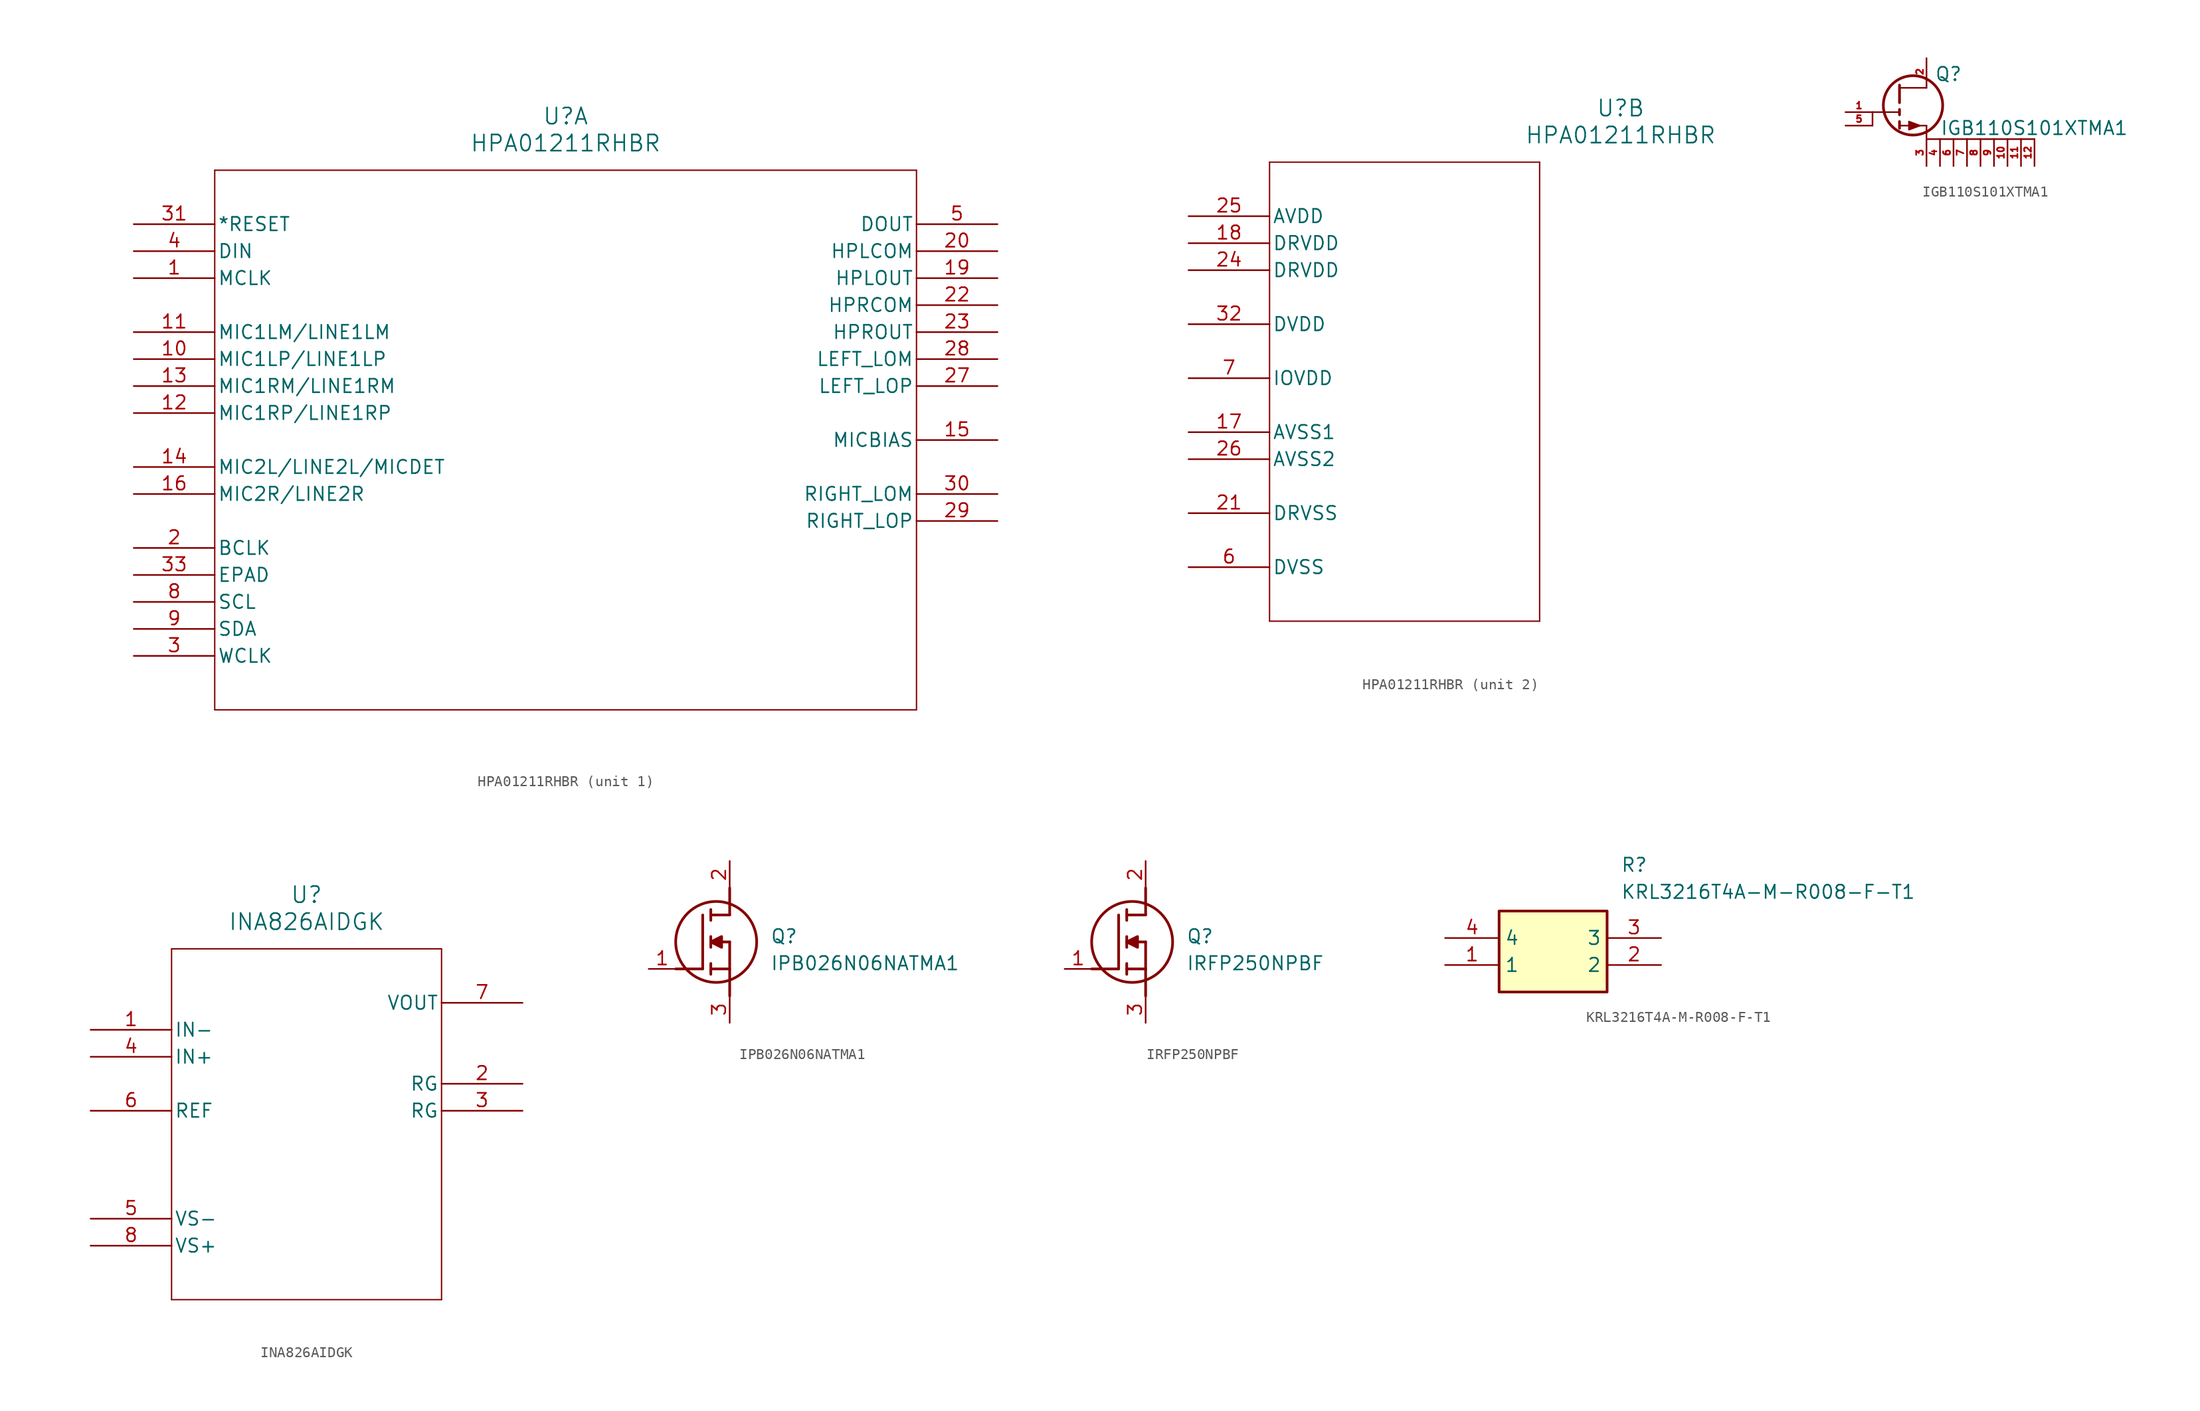
<source format=kicad_sym>
(kicad_symbol_lib
  (version 20241209)
  (generator "kicad_symbol_editor")
  (generator_version "9.0")
  (symbol "HPA01211RHBR"
    (pin_names
      (offset 0.254))
    (property "Reference" "U"
      (at 40.64 10.16 0)
      (effects (font (size 1.524 1.524))))
    (property "Value" "HPA01211RHBR"
      (at 40.64 7.62 0)
      (effects (font (size 1.524 1.524))))
    (property "ki_locked" ""
      (at 0 0 0)
      (effects (font (size 1.27 1.27))))
    (symbol "HPA01211RHBR_1_1"
      (polyline (pts (xy 7.62 5.08) (xy 7.62 -45.72)) (stroke (width 0.127) (type default)) (fill (type none)))
      (polyline (pts (xy 7.62 -45.72) (xy 73.66 -45.72)) (stroke (width 0.127) (type default)) (fill (type none)))
      (polyline (pts (xy 73.66 5.08) (xy 7.62 5.08)) (stroke (width 0.127) (type default)) (fill (type none)))
      (polyline (pts (xy 73.66 -45.72) (xy 73.66 5.08)) (stroke (width 0.127) (type default)) (fill (type none)))
      (pin input line (at 0 0 0) (length 7.62) (name "*RESET" (effects (font (size 1.27 1.27)))) (number "31" (effects (font (size 1.27 1.27)))))
      (pin input line (at 0 -2.54 0) (length 7.62) (name "DIN" (effects (font (size 1.27 1.27)))) (number "4" (effects (font (size 1.27 1.27)))))
      (pin input line (at 0 -5.08 0) (length 7.62) (name "MCLK" (effects (font (size 1.27 1.27)))) (number "1" (effects (font (size 1.27 1.27)))))
      (pin input line (at 0 -10.16 0) (length 7.62) (name "MIC1LM/LINE1LM" (effects (font (size 1.27 1.27)))) (number "11" (effects (font (size 1.27 1.27)))))
      (pin input line (at 0 -12.7 0) (length 7.62) (name "MIC1LP/LINE1LP" (effects (font (size 1.27 1.27)))) (number "10" (effects (font (size 1.27 1.27)))))
      (pin input line (at 0 -15.24 0) (length 7.62) (name "MIC1RM/LINE1RM" (effects (font (size 1.27 1.27)))) (number "13" (effects (font (size 1.27 1.27)))))
      (pin input line (at 0 -17.78 0) (length 7.62) (name "MIC1RP/LINE1RP" (effects (font (size 1.27 1.27)))) (number "12" (effects (font (size 1.27 1.27)))))
      (pin input line (at 0 -22.86 0) (length 7.62) (name "MIC2L/LINE2L/MICDET" (effects (font (size 1.27 1.27)))) (number "14" (effects (font (size 1.27 1.27)))))
      (pin input line (at 0 -25.4 0) (length 7.62) (name "MIC2R/LINE2R" (effects (font (size 1.27 1.27)))) (number "16" (effects (font (size 1.27 1.27)))))
      (pin bidirectional line (at 0 -30.48 0) (length 7.62) (name "BCLK" (effects (font (size 1.27 1.27)))) (number "2" (effects (font (size 1.27 1.27)))))
      (pin unspecified line (at 0 -33.02 0) (length 7.62) (name "EPAD" (effects (font (size 1.27 1.27)))) (number "33" (effects (font (size 1.27 1.27)))))
      (pin bidirectional line (at 0 -35.56 0) (length 7.62) (name "SCL" (effects (font (size 1.27 1.27)))) (number "8" (effects (font (size 1.27 1.27)))))
      (pin bidirectional line (at 0 -38.1 0) (length 7.62) (name "SDA" (effects (font (size 1.27 1.27)))) (number "9" (effects (font (size 1.27 1.27)))))
      (pin bidirectional line (at 0 -40.64 0) (length 7.62) (name "WCLK" (effects (font (size 1.27 1.27)))) (number "3" (effects (font (size 1.27 1.27)))))
      (pin output line (at 81.28 0 180) (length 7.62) (name "DOUT" (effects (font (size 1.27 1.27)))) (number "5" (effects (font (size 1.27 1.27)))))
      (pin output line (at 81.28 -2.54 180) (length 7.62) (name "HPLCOM" (effects (font (size 1.27 1.27)))) (number "20" (effects (font (size 1.27 1.27)))))
      (pin output line (at 81.28 -5.08 180) (length 7.62) (name "HPLOUT" (effects (font (size 1.27 1.27)))) (number "19" (effects (font (size 1.27 1.27)))))
      (pin output line (at 81.28 -7.62 180) (length 7.62) (name "HPRCOM" (effects (font (size 1.27 1.27)))) (number "22" (effects (font (size 1.27 1.27)))))
      (pin output line (at 81.28 -10.16 180) (length 7.62) (name "HPROUT" (effects (font (size 1.27 1.27)))) (number "23" (effects (font (size 1.27 1.27)))))
      (pin output line (at 81.28 -12.7 180) (length 7.62) (name "LEFT_LOM" (effects (font (size 1.27 1.27)))) (number "28" (effects (font (size 1.27 1.27)))))
      (pin output line (at 81.28 -15.24 180) (length 7.62) (name "LEFT_LOP" (effects (font (size 1.27 1.27)))) (number "27" (effects (font (size 1.27 1.27)))))
      (pin output line (at 81.28 -20.32 180) (length 7.62) (name "MICBIAS" (effects (font (size 1.27 1.27)))) (number "15" (effects (font (size 1.27 1.27)))))
      (pin output line (at 81.28 -25.4 180) (length 7.62) (name "RIGHT_LOM" (effects (font (size 1.27 1.27)))) (number "30" (effects (font (size 1.27 1.27)))))
      (pin output line (at 81.28 -27.94 180) (length 7.62) (name "RIGHT_LOP" (effects (font (size 1.27 1.27)))) (number "29" (effects (font (size 1.27 1.27))))))
    (symbol "HPA01211RHBR_2_1"
      (polyline (pts (xy 7.62 5.08) (xy 7.62 -38.1)) (stroke (width 0.127) (type default)) (fill (type none)))
      (polyline (pts (xy 7.62 -38.1) (xy 33.02 -38.1)) (stroke (width 0.127) (type default)) (fill (type none)))
      (polyline (pts (xy 33.02 5.08) (xy 7.62 5.08)) (stroke (width 0.127) (type default)) (fill (type none)))
      (polyline (pts (xy 33.02 -38.1) (xy 33.02 5.08)) (stroke (width 0.127) (type default)) (fill (type none)))
      (pin power_in line (at 0 0 0) (length 7.62) (name "AVDD" (effects (font (size 1.27 1.27)))) (number "25" (effects (font (size 1.27 1.27)))))
      (pin power_in line (at 0 -2.54 0) (length 7.62) (name "DRVDD" (effects (font (size 1.27 1.27)))) (number "18" (effects (font (size 1.27 1.27)))))
      (pin power_in line (at 0 -5.08 0) (length 7.62) (name "DRVDD" (effects (font (size 1.27 1.27)))) (number "24" (effects (font (size 1.27 1.27)))))
      (pin power_in line (at 0 -10.16 0) (length 7.62) (name "DVDD" (effects (font (size 1.27 1.27)))) (number "32" (effects (font (size 1.27 1.27)))))
      (pin power_in line (at 0 -15.24 0) (length 7.62) (name "IOVDD" (effects (font (size 1.27 1.27)))) (number "7" (effects (font (size 1.27 1.27)))))
      (pin power_in line (at 0 -20.32 0) (length 7.62) (name "AVSS1" (effects (font (size 1.27 1.27)))) (number "17" (effects (font (size 1.27 1.27)))))
      (pin power_in line (at 0 -22.86 0) (length 7.62) (name "AVSS2" (effects (font (size 1.27 1.27)))) (number "26" (effects (font (size 1.27 1.27)))))
      (pin power_in line (at 0 -27.94 0) (length 7.62) (name "DRVSS" (effects (font (size 1.27 1.27)))) (number "21" (effects (font (size 1.27 1.27)))))
      (pin power_in line (at 0 -33.02 0) (length 7.62) (name "DVSS" (effects (font (size 1.27 1.27)))) (number "6" (effects (font (size 1.27 1.27)))))))
  (symbol "IGB110S101XTMA1"
    (pin_names
      (offset 0)
      (hide yes))
    (property "Reference" "Q"
      (at 3.302 4.318 0)
      (effects (font (size 1.27 1.27)) (justify left top)))
    (property "Value" "IGB110S101XTMA1"
      (at 3.81 -0.762 0)
      (effects (font (size 1.27 1.27)) (justify left top)))
    (symbol "IGB110S101XTMA1_0_1"
      (polyline (pts (xy -2.54 -1.27) (xy -2.54 0)) (stroke (width 0) (type default)) (fill (type none)))
      (polyline (pts (xy 0 2.286) (xy 2.54 2.286)) (stroke (width 0) (type default)) (fill (type none)))
      (polyline (pts (xy 0 0) (xy -2.54 0)) (stroke (width 0) (type default)) (fill (type none)))
      (circle (center 1.27 0.635) (radius 2.794) (stroke (width 0.254) (type default)) (fill (type none)))
      (polyline (pts (xy 1.905 -1.27) (xy 0.889 -0.889) (xy 0.889 -1.651) (xy 1.905 -1.27)) (stroke (width 0) (type default)) (fill (type outline)))
      (polyline (pts (xy 2.54 2.286) (xy 2.54 2.54)) (stroke (width 0) (type default)) (fill (type none)))
      (polyline (pts (xy 2.54 -1.27) (xy 0 -1.27)) (stroke (width 0) (type default)) (fill (type none)))
      (polyline (pts (xy 2.54 -2.54) (xy 2.54 -1.27)) (stroke (width 0) (type default)) (fill (type none)))
      (polyline (pts (xy 12.7 -2.54) (xy 2.54 -2.54)) (stroke (width 0) (type default)) (fill (type none))))
    (symbol "IGB110S101XTMA1_1_1"
      (polyline (pts (xy 0 0.889) (xy 0 2.54)) (stroke (width 0.254) (type default)) (fill (type none)))
      (polyline (pts (xy 0 0.254) (xy 0 -0.254)) (stroke (width 0.254) (type default)) (fill (type none)))
      (polyline (pts (xy 0 -0.889) (xy 0 -1.524)) (stroke (width 0.254) (type default)) (fill (type none)))
      (pin input line (at -5.08 0 0) (length 2.54) (name "G" (effects (font (size 1.27 1.27)))) (number "1" (effects (font (size 0.635 0.635)))))
      (pin passive line (at -5.08 -1.27 0) (length 2.54) (name "G" (effects (font (size 1.27 1.27)))) (number "5" (effects (font (size 0.635 0.635)))))
      (pin passive line (at 2.54 5.08 270) (length 2.54) (name "D" (effects (font (size 1.27 1.27)))) (number "2" (effects (font (size 0.635 0.635)))))
      (pin passive line (at 2.54 -5.08 90) (length 2.54) (name "S" (effects (font (size 1.27 1.27)))) (number "3" (effects (font (size 0.635 0.635)))))
      (pin passive line (at 3.81 -5.08 90) (length 2.54) (name "S" (effects (font (size 1.27 1.27)))) (number "4" (effects (font (size 0.635 0.635)))))
      (pin passive line (at 5.08 -5.08 90) (length 2.54) (name "S" (effects (font (size 1.27 1.27)))) (number "6" (effects (font (size 0.635 0.635)))))
      (pin passive line (at 6.35 -5.08 90) (length 2.54) (name "S" (effects (font (size 1.27 1.27)))) (number "7" (effects (font (size 0.635 0.635)))))
      (pin passive line (at 7.62 -5.08 90) (length 2.54) (name "S" (effects (font (size 1.27 1.27)))) (number "8" (effects (font (size 0.635 0.635)))))
      (pin passive line (at 8.89 -5.08 90) (length 2.54) (name "S" (effects (font (size 1.27 1.27)))) (number "9" (effects (font (size 0.635 0.635)))))
      (pin passive line (at 10.16 -5.08 90) (length 2.54) (name "S" (effects (font (size 1.27 1.27)))) (number "10" (effects (font (size 0.635 0.635)))))
      (pin passive line (at 11.43 -5.08 90) (length 2.54) (name "S" (effects (font (size 1.27 1.27)))) (number "11" (effects (font (size 0.635 0.635)))))
      (pin passive line (at 12.7 -5.08 90) (length 2.54) (name "S" (effects (font (size 1.27 1.27)))) (number "12" (effects (font (size 0.635 0.635)))))))
  (symbol "INA826AIDGK"
    (pin_names
      (offset 0.254))
    (property "Reference" "U"
      (at 20.32 12.7 0)
      (effects (font (size 1.524 1.524))))
    (property "Value" "INA826AIDGK"
      (at 20.32 10.16 0)
      (effects (font (size 1.524 1.524))))
    (property "ki_locked" ""
      (at 0 0 0)
      (effects (font (size 1.27 1.27))))
    (symbol "INA826AIDGK_0_1"
      (polyline (pts (xy 7.62 7.62) (xy 7.62 -25.4)) (stroke (width 0.127) (type default)) (fill (type none)))
      (polyline (pts (xy 7.62 -25.4) (xy 33.02 -25.4)) (stroke (width 0.127) (type default)) (fill (type none)))
      (polyline (pts (xy 33.02 7.62) (xy 7.62 7.62)) (stroke (width 0.127) (type default)) (fill (type none)))
      (polyline (pts (xy 33.02 -25.4) (xy 33.02 7.62)) (stroke (width 0.127) (type default)) (fill (type none)))
      (pin input line (at 0 0 0) (length 7.62) (name "IN-" (effects (font (size 1.27 1.27)))) (number "1" (effects (font (size 1.27 1.27)))))
      (pin input line (at 0 -2.54 0) (length 7.62) (name "IN+" (effects (font (size 1.27 1.27)))) (number "4" (effects (font (size 1.27 1.27)))))
      (pin unspecified line (at 0 -7.62 0) (length 7.62) (name "REF" (effects (font (size 1.27 1.27)))) (number "6" (effects (font (size 1.27 1.27)))))
      (pin power_in line (at 0 -17.78 0) (length 7.62) (name "VS-" (effects (font (size 1.27 1.27)))) (number "5" (effects (font (size 1.27 1.27)))))
      (pin power_in line (at 0 -20.32 0) (length 7.62) (name "VS+" (effects (font (size 1.27 1.27)))) (number "8" (effects (font (size 1.27 1.27)))))
      (pin output line (at 40.64 2.54 180) (length 7.62) (name "VOUT" (effects (font (size 1.27 1.27)))) (number "7" (effects (font (size 1.27 1.27)))))
      (pin unspecified line (at 40.64 -5.08 180) (length 7.62) (name "RG" (effects (font (size 1.27 1.27)))) (number "2" (effects (font (size 1.27 1.27)))))
      (pin unspecified line (at 40.64 -7.62 180) (length 7.62) (name "RG" (effects (font (size 1.27 1.27)))) (number "3" (effects (font (size 1.27 1.27)))))))
  (symbol "IPB026N06NATMA1"
    (pin_names
      (hide yes))
    (property "Reference" "Q"
      (at 11.43 3.81 0)
      (effects (font (size 1.27 1.27)) (justify left top)))
    (property "Value" "IPB026N06NATMA1"
      (at 11.43 1.27 0)
      (effects (font (size 1.27 1.27)) (justify left top)))
    (symbol "IPB026N06NATMA1_1_1"
      (polyline (pts (xy 2.54 0) (xy 5.08 0)) (stroke (width 0.254) (type default)) (fill (type none)))
      (polyline (pts (xy 5.08 5.08) (xy 5.08 0)) (stroke (width 0.254) (type default)) (fill (type none)))
      (polyline (pts (xy 5.842 5.588) (xy 5.842 4.572)) (stroke (width 0.254) (type default)) (fill (type none)))
      (polyline (pts (xy 5.842 2.54) (xy 6.858 3.048) (xy 6.858 2.032) (xy 5.842 2.54)) (stroke (width 0.254) (type default)) (fill (type outline)))
      (polyline (pts (xy 5.842 2.032) (xy 5.842 3.048)) (stroke (width 0.254) (type default)) (fill (type none)))
      (polyline (pts (xy 5.842 0) (xy 7.62 0)) (stroke (width 0.254) (type default)) (fill (type none)))
      (polyline (pts (xy 5.842 -0.508) (xy 5.842 0.508)) (stroke (width 0.254) (type default)) (fill (type none)))
      (circle (center 6.35 2.54) (radius 3.81) (stroke (width 0.254) (type default)) (fill (type none)))
      (polyline (pts (xy 7.62 5.08) (xy 5.842 5.08)) (stroke (width 0.254) (type default)) (fill (type none)))
      (polyline (pts (xy 7.62 5.08) (xy 7.62 7.62)) (stroke (width 0.254) (type default)) (fill (type none)))
      (polyline (pts (xy 7.62 2.54) (xy 5.842 2.54)) (stroke (width 0.254) (type default)) (fill (type none)))
      (polyline (pts (xy 7.62 2.54) (xy 7.62 -2.54)) (stroke (width 0.254) (type default)) (fill (type none)))
      (pin passive line (at 0 0 0) (length 2.54) (name "G" (effects (font (size 1.27 1.27)))) (number "1" (effects (font (size 1.27 1.27)))))
      (pin passive line (at 7.62 10.16 270) (length 2.54) (name "D" (effects (font (size 1.27 1.27)))) (number "2" (effects (font (size 1.27 1.27)))))
      (pin passive line (at 7.62 -5.08 90) (length 2.54) (name "S" (effects (font (size 1.27 1.27)))) (number "3" (effects (font (size 1.27 1.27)))))))
  (symbol "IRFP250NPBF"
    (pin_names
      (hide yes))
    (property "Reference" "Q"
      (at 11.43 3.81 0)
      (effects (font (size 1.27 1.27)) (justify left top)))
    (property "Value" "IRFP250NPBF"
      (at 11.43 1.27 0)
      (effects (font (size 1.27 1.27)) (justify left top)))
    (symbol "IRFP250NPBF_1_1"
      (polyline (pts (xy 2.54 0) (xy 5.08 0)) (stroke (width 0.254) (type default)) (fill (type none)))
      (polyline (pts (xy 5.08 5.08) (xy 5.08 0)) (stroke (width 0.254) (type default)) (fill (type none)))
      (polyline (pts (xy 5.842 5.588) (xy 5.842 4.572)) (stroke (width 0.254) (type default)) (fill (type none)))
      (polyline (pts (xy 5.842 2.54) (xy 6.858 3.048) (xy 6.858 2.032) (xy 5.842 2.54)) (stroke (width 0.254) (type default)) (fill (type outline)))
      (polyline (pts (xy 5.842 2.032) (xy 5.842 3.048)) (stroke (width 0.254) (type default)) (fill (type none)))
      (polyline (pts (xy 5.842 0) (xy 7.62 0)) (stroke (width 0.254) (type default)) (fill (type none)))
      (polyline (pts (xy 5.842 -0.508) (xy 5.842 0.508)) (stroke (width 0.254) (type default)) (fill (type none)))
      (circle (center 6.35 2.54) (radius 3.81) (stroke (width 0.254) (type default)) (fill (type none)))
      (polyline (pts (xy 7.62 5.08) (xy 5.842 5.08)) (stroke (width 0.254) (type default)) (fill (type none)))
      (polyline (pts (xy 7.62 5.08) (xy 7.62 7.62)) (stroke (width 0.254) (type default)) (fill (type none)))
      (polyline (pts (xy 7.62 2.54) (xy 5.842 2.54)) (stroke (width 0.254) (type default)) (fill (type none)))
      (polyline (pts (xy 7.62 2.54) (xy 7.62 -2.54)) (stroke (width 0.254) (type default)) (fill (type none)))
      (pin passive line (at 0 0 0) (length 2.54) (name "G" (effects (font (size 1.27 1.27)))) (number "1" (effects (font (size 1.27 1.27)))))
      (pin passive line (at 7.62 10.16 270) (length 2.54) (name "D" (effects (font (size 1.27 1.27)))) (number "2" (effects (font (size 1.27 1.27)))))
      (pin passive line (at 7.62 -5.08 90) (length 2.54) (name "S" (effects (font (size 1.27 1.27)))) (number "3" (effects (font (size 1.27 1.27)))))))
  (symbol "KRL3216T4A-M-R008-F-T1"
    (property "Reference" "R"
      (at 16.51 7.62 0)
      (effects (font (size 1.27 1.27)) (justify left top)))
    (property "Value" "KRL3216T4A-M-R008-F-T1"
      (at 16.51 5.08 0)
      (effects (font (size 1.27 1.27)) (justify left top)))
    (symbol "KRL3216T4A-M-R008-F-T1_1_1"
      (rectangle (start 5.08 2.54) (end 15.24 -5.08) (stroke (width 0.254) (type default)) (fill (type background)))
      (pin passive line (at 0 0 0) (length 5.08) (name "4" (effects (font (size 1.27 1.27)))) (number "4" (effects (font (size 1.27 1.27)))))
      (pin passive line (at 0 -2.54 0) (length 5.08) (name "1" (effects (font (size 1.27 1.27)))) (number "1" (effects (font (size 1.27 1.27)))))
      (pin passive line (at 20.32 0 180) (length 5.08) (name "3" (effects (font (size 1.27 1.27)))) (number "3" (effects (font (size 1.27 1.27)))))
      (pin passive line (at 20.32 -2.54 180) (length 5.08) (name "2" (effects (font (size 1.27 1.27)))) (number "2" (effects (font (size 1.27 1.27))))))))
</source>
